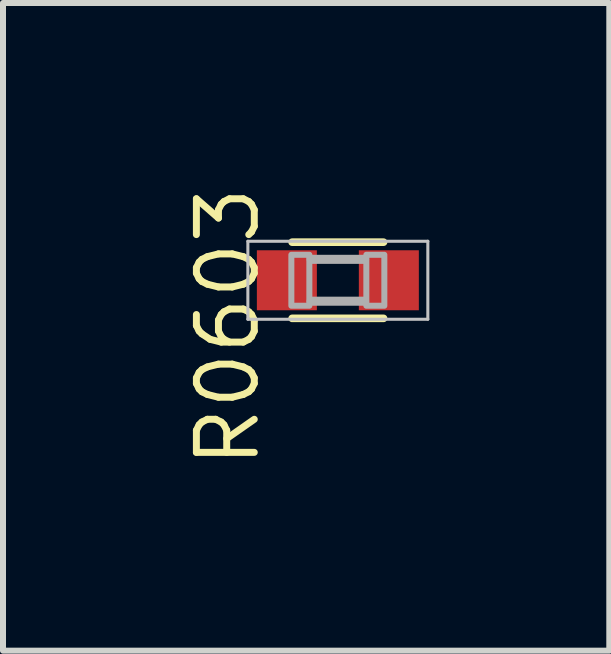
<source format=kicad_pcb>
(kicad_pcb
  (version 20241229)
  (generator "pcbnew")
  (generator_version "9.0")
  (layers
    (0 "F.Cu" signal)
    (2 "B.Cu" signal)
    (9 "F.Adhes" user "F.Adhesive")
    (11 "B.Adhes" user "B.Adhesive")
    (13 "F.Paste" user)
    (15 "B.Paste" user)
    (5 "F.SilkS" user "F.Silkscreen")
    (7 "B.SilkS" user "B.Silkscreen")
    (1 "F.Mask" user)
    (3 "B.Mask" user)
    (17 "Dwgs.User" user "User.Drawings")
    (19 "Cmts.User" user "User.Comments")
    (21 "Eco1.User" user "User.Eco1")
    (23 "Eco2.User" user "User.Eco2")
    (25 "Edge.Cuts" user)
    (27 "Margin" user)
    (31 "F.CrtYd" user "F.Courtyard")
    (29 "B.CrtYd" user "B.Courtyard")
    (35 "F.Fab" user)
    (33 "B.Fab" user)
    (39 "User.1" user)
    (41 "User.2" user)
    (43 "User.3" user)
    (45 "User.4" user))
  (footprint "R0603"
    (layer "F.Cu")
    (at 2.582 1.622)
    (property "Reference" "R0603" (at -1.269 3.175 90) (layer "F.SilkS") (effects (font (size 0.965 0.965) (thickness 0.116)) (justify left bottom)))
    (attr through_hole)
    (fp_line (start -0.762 -0.635) (end 0.762 -0.635) (stroke (width 0.127) (type solid)) (layer "F.SilkS"))
    (fp_line (start -0.762 0.635) (end 0.762 0.635) (stroke (width 0.127) (type solid)) (layer "F.SilkS"))
    (fp_line (start -1.5 -0.65) (end 1.5 -0.65) (stroke (width 0.051) (type solid)) (layer "Dwgs.User"))
    (fp_line (start -1.5 0.65) (end -1.5 -0.65) (stroke (width 0.051) (type solid)) (layer "Dwgs.User"))
    (fp_line (start 1.5 -0.65) (end 1.5 0.65) (stroke (width 0.051) (type solid)) (layer "Dwgs.User"))
    (fp_line (start 1.5 0.65) (end -1.5 0.65) (stroke (width 0.051) (type solid)) (layer "Dwgs.User"))
    (fp_line (start -0.445 -0.349) (end 0.445 -0.349) (stroke (width 0.152) (type solid)) (layer "F.Fab"))
    (fp_line (start 0.445 0.349) (end -0.445 0.349) (stroke (width 0.152) (type solid)) (layer "F.Fab"))
    (fp_poly (pts (xy -0.775 0.425) (xy -0.475 0.425) (xy -0.475 -0.425) (xy -0.775 -0.425)) (stroke (width 0.1) (type solid)) (fill no) (layer "F.Fab"))
    (fp_poly (pts (xy 0.475 0.425) (xy 0.775 0.425) (xy 0.775 -0.425) (xy 0.475 -0.425)) (stroke (width 0.1) (type solid)) (fill no) (layer "F.Fab"))
    (pad "1" smd rect (at -0.85 0) (size 1 1) (layers "F.Cu" "F.Mask" "F.Paste"))
    (pad "2" smd rect (at 0.85 0) (size 1 1) (layers "F.Cu" "F.Mask" "F.Paste")))
  (gr_rect
    (start -3 -3)
    (end 7.107 7.797)
    (stroke (width 0.1) (type default))
    (fill no)
    (layer "Edge.Cuts")))
</source>
